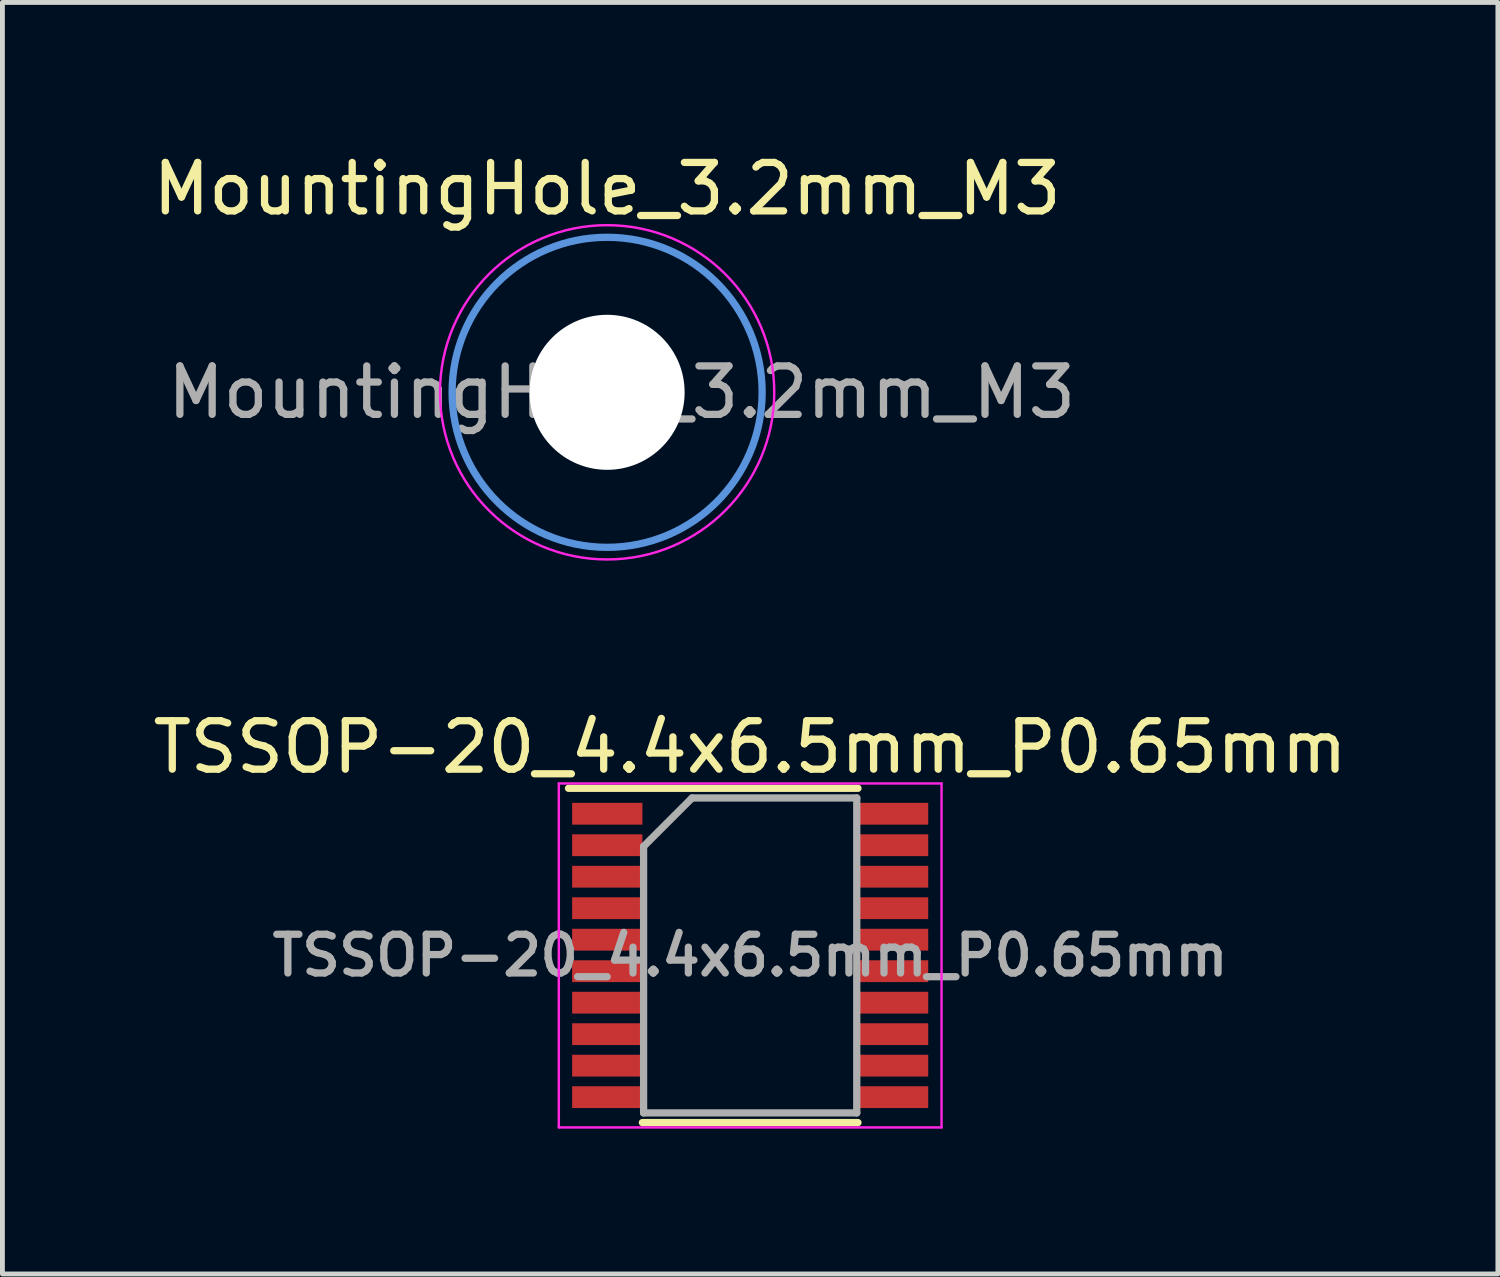
<source format=kicad_pcb>
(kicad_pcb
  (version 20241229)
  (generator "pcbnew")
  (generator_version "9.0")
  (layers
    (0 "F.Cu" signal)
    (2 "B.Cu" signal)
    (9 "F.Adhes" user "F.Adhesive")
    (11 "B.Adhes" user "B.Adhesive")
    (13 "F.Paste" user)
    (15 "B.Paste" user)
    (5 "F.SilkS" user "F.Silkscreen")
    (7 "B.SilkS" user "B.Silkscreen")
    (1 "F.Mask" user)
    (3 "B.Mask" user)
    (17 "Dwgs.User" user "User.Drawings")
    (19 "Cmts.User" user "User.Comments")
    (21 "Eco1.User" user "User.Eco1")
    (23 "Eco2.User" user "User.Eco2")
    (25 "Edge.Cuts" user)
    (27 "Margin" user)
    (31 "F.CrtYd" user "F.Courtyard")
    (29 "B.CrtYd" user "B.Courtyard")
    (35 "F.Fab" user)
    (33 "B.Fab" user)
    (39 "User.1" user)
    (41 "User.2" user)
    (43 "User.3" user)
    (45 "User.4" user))
  (footprint "TSSOP-20_4.4x6.5mm_P0.65mm"
    (layer "F.Cu")
    (at 12.435 16.672)
    (property "Reference" "TSSOP-20_4.4x6.5mm_P0.65mm" (at 0 -4.3 0) (layer "F.SilkS") (effects (font (size 1 1) (thickness 0.15))))
    (attr smd)
    (fp_line (start -3.75 -3.45) (end 2.225 -3.45) (stroke (width 0.15) (type solid)) (layer "F.SilkS"))
    (fp_line (start -2.225 3.45) (end 2.225 3.45) (stroke (width 0.15) (type solid)) (layer "F.SilkS"))
    (fp_line (start -3.95 -3.55) (end -3.95 3.55) (stroke (width 0.05) (type solid)) (layer "F.CrtYd"))
    (fp_line (start -3.95 -3.55) (end 3.95 -3.55) (stroke (width 0.05) (type solid)) (layer "F.CrtYd"))
    (fp_line (start -3.95 3.55) (end 3.95 3.55) (stroke (width 0.05) (type solid)) (layer "F.CrtYd"))
    (fp_line (start 3.95 -3.55) (end 3.95 3.55) (stroke (width 0.05) (type solid)) (layer "F.CrtYd"))
    (fp_line (start -2.2 -2.25) (end -1.2 -3.25) (stroke (width 0.15) (type solid)) (layer "F.Fab"))
    (fp_line (start -2.2 3.25) (end -2.2 -2.25) (stroke (width 0.15) (type solid)) (layer "F.Fab"))
    (fp_line (start -1.2 -3.25) (end 2.2 -3.25) (stroke (width 0.15) (type solid)) (layer "F.Fab"))
    (fp_line (start 2.2 -3.25) (end 2.2 3.25) (stroke (width 0.15) (type solid)) (layer "F.Fab"))
    (fp_line (start 2.2 3.25) (end -2.2 3.25) (stroke (width 0.15) (type solid)) (layer "F.Fab"))
    (fp_text user "${REFERENCE}" (at 0 0 0) (layer "F.Fab") (effects (font (size 0.8 0.8) (thickness 0.15))))
    (pad "1" smd rect (at -2.95 -2.925) (size 1.45 0.45) (layers "F.Cu" "F.Mask" "F.Paste"))
    (pad "2" smd rect (at -2.95 -2.275) (size 1.45 0.45) (layers "F.Cu" "F.Mask" "F.Paste"))
    (pad "3" smd rect (at -2.95 -1.625) (size 1.45 0.45) (layers "F.Cu" "F.Mask" "F.Paste"))
    (pad "4" smd rect (at -2.95 -0.975) (size 1.45 0.45) (layers "F.Cu" "F.Mask" "F.Paste"))
    (pad "5" smd rect (at -2.95 -0.325) (size 1.45 0.45) (layers "F.Cu" "F.Mask" "F.Paste"))
    (pad "6" smd rect (at -2.95 0.325) (size 1.45 0.45) (layers "F.Cu" "F.Mask" "F.Paste"))
    (pad "7" smd rect (at -2.95 0.975) (size 1.45 0.45) (layers "F.Cu" "F.Mask" "F.Paste"))
    (pad "8" smd rect (at -2.95 1.625) (size 1.45 0.45) (layers "F.Cu" "F.Mask" "F.Paste"))
    (pad "9" smd rect (at -2.95 2.275) (size 1.45 0.45) (layers "F.Cu" "F.Mask" "F.Paste"))
    (pad "10" smd rect (at -2.95 2.925) (size 1.45 0.45) (layers "F.Cu" "F.Mask" "F.Paste"))
    (pad "11" smd rect (at 2.95 2.925) (size 1.45 0.45) (layers "F.Cu" "F.Mask" "F.Paste"))
    (pad "12" smd rect (at 2.95 2.275) (size 1.45 0.45) (layers "F.Cu" "F.Mask" "F.Paste"))
    (pad "13" smd rect (at 2.95 1.625) (size 1.45 0.45) (layers "F.Cu" "F.Mask" "F.Paste"))
    (pad "14" smd rect (at 2.95 0.975) (size 1.45 0.45) (layers "F.Cu" "F.Mask" "F.Paste"))
    (pad "15" smd rect (at 2.95 0.325) (size 1.45 0.45) (layers "F.Cu" "F.Mask" "F.Paste"))
    (pad "16" smd rect (at 2.95 -0.325) (size 1.45 0.45) (layers "F.Cu" "F.Mask" "F.Paste"))
    (pad "17" smd rect (at 2.95 -0.975) (size 1.45 0.45) (layers "F.Cu" "F.Mask" "F.Paste"))
    (pad "18" smd rect (at 2.95 -1.625) (size 1.45 0.45) (layers "F.Cu" "F.Mask" "F.Paste"))
    (pad "19" smd rect (at 2.95 -2.275) (size 1.45 0.45) (layers "F.Cu" "F.Mask" "F.Paste"))
    (pad "20" smd rect (at 2.95 -2.925) (size 1.45 0.45) (layers "F.Cu" "F.Mask" "F.Paste")))
  (footprint "MountingHole_3.2mm_M3"
    (layer "F.Cu")
    (at 9.482 5.048)
    (property "Reference" "MountingHole_3.2mm_M3" (at 0 -4.2 0) (layer "F.SilkS") (effects (font (size 1 1) (thickness 0.15))))
    (attr exclude_from_pos_files exclude_from_bom)
    (fp_circle (center 0 0) (end 3.2 0) (stroke (width 0.15) (type solid)) (fill no) (layer "Cmts.User"))
    (fp_circle (center 0 0) (end 3.45 0) (stroke (width 0.05) (type solid)) (fill no) (layer "F.CrtYd"))
    (fp_text user "${REFERENCE}" (at 0.3 0 0) (layer "F.Fab") (effects (font (size 1 1) (thickness 0.15))))
    (pad "" np_thru_hole circle (at 0 0) (size 3.2 3.2) (drill 3.2) (layers "*.Cu" "*.Mask")))
  (gr_rect
    (start -3 -3)
    (end 27.869 23.247)
    (stroke (width 0.1) (type default))
    (fill no)
    (layer "Edge.Cuts")))
</source>
